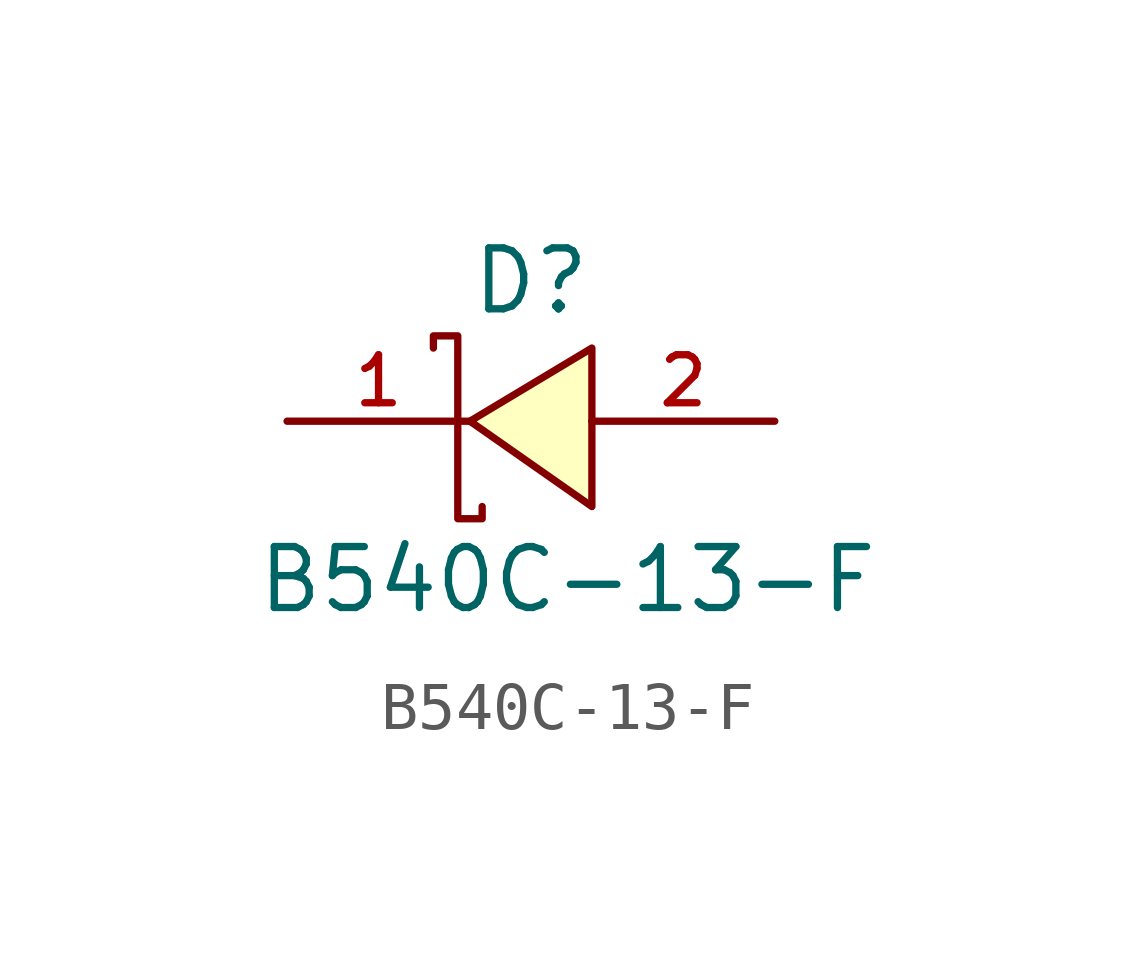
<source format=kicad_sym>
(kicad_symbol_lib
  (version 20220914)
  (generator kicad_symbol_editor)
  (symbol "B540C-13-F"
    (pin_names hide)
    (property "Reference" "D"
      (at 0 2.921 0)
      (effects (font (size 1.27 1.27))))
    (property "Value" "B540C-13-F"
      (at 0.762 -3.302 0)
      (effects (font (size 1.27 1.27))))
    (symbol "B540C-13-F_0_1"
      (polyline (pts (xy 1.27 1.524) (xy -1.27 0) (xy 1.27 -1.778) (xy 1.27 1.524)) (stroke (width 0) (type default)) (fill (type background)))
      (polyline (pts (xy -2.032 1.524) (xy -2.032 1.778) (xy -1.524 1.778) (xy -1.524 -2.032) (xy -1.016 -2.032) (xy -1.016 -1.778)) (stroke (width 0) (type default)) (fill (type none)))
      (pin unspecified line (at -5.08 0 0) (length 3.81) (name "K" (effects (font (size 1 1)))) (number "1" (effects (font (size 1 1)))))
      (pin unspecified line (at 5.08 0 180) (length 3.81) (name "A" (effects (font (size 1 1)))) (number "2" (effects (font (size 1 1))))))))
</source>
